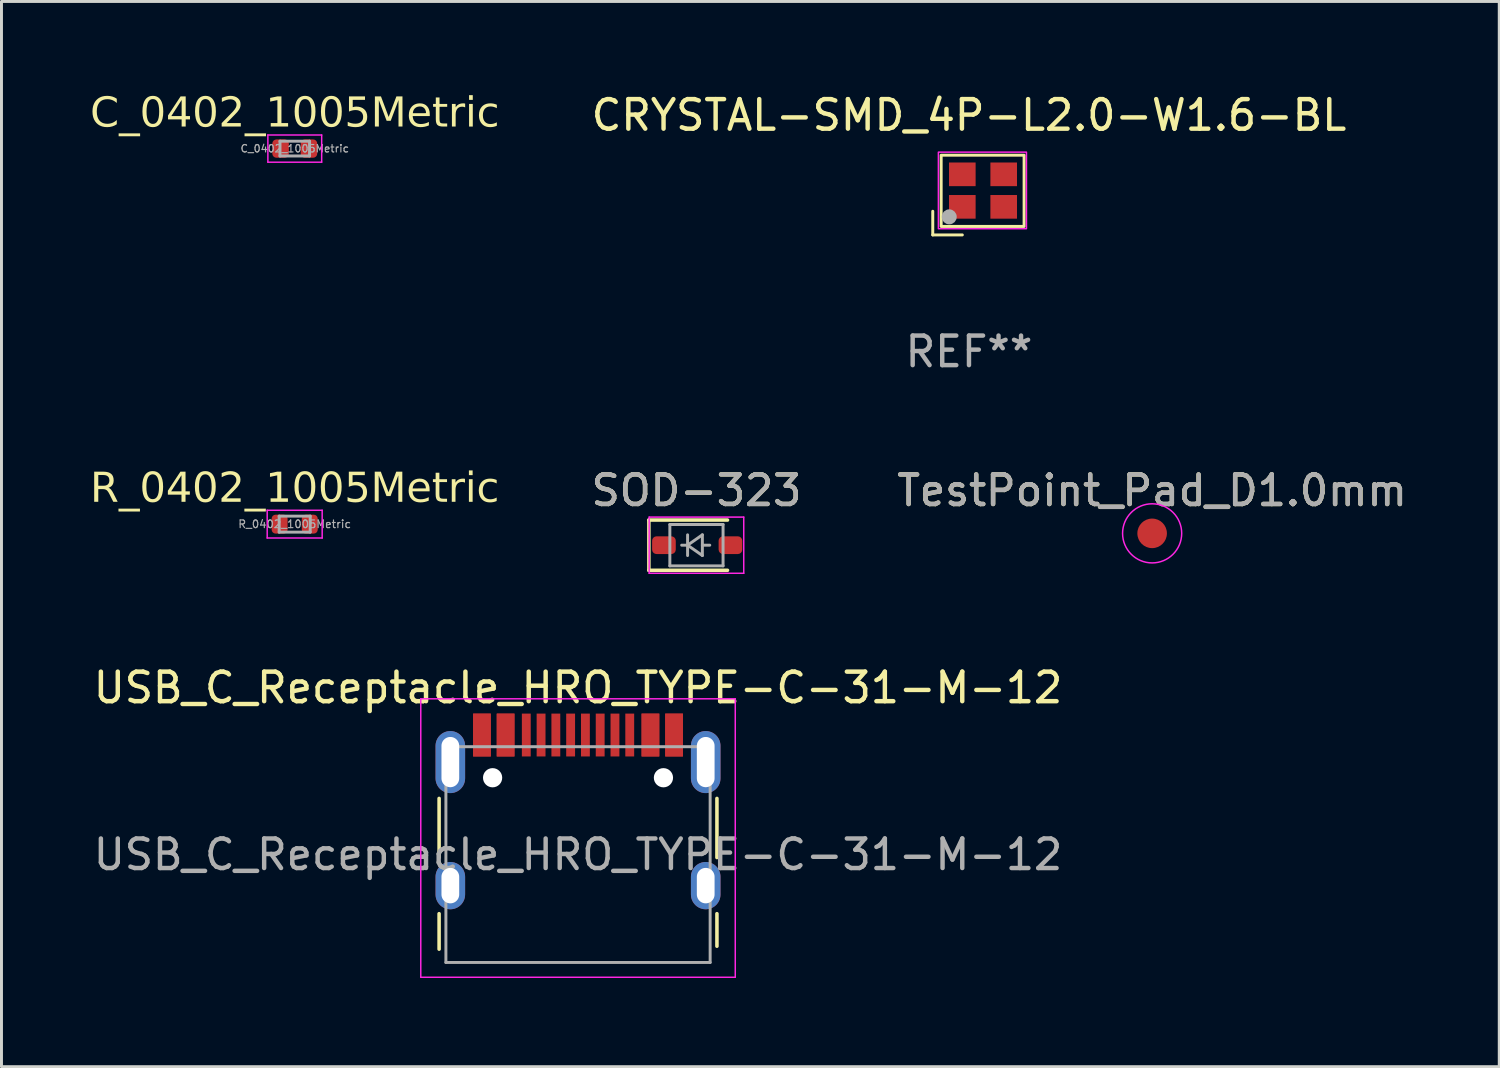
<source format=kicad_pcb>
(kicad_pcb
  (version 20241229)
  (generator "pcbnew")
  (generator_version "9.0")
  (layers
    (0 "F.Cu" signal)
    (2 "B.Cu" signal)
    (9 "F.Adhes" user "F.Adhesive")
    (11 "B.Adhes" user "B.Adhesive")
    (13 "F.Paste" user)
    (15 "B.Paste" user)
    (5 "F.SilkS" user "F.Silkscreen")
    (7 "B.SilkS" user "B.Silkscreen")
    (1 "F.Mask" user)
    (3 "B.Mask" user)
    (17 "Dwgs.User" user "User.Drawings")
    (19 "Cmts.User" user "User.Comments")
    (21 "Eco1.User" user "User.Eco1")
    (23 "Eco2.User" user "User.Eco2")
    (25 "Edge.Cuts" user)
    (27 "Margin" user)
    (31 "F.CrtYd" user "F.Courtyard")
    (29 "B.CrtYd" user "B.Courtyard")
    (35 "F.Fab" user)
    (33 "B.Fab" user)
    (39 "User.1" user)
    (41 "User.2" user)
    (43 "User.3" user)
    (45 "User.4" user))
  (footprint "R_0402_1005Metric"
    (layer "F.Cu")
    (at 6.92 14.683)
    (property "Reference" "R_0402_1005Metric" (at 0 -1.17 0) (layer "F.SilkS") (effects (font (face "Inter") (size 1 1) (thickness 0.15))))
    (attr smd)
    (fp_line (start -0.93 -0.47) (end 0.93 -0.47) (stroke (width 0.05) (type solid)) (layer "F.CrtYd"))
    (fp_line (start -0.93 0.47) (end -0.93 -0.47) (stroke (width 0.05) (type solid)) (layer "F.CrtYd"))
    (fp_line (start 0.93 -0.47) (end 0.93 0.47) (stroke (width 0.05) (type solid)) (layer "F.CrtYd"))
    (fp_line (start 0.93 0.47) (end -0.93 0.47) (stroke (width 0.05) (type solid)) (layer "F.CrtYd"))
    (fp_line (start -0.525 -0.27) (end 0.525 -0.27) (stroke (width 0.1) (type solid)) (layer "F.Fab"))
    (fp_line (start -0.525 0.27) (end -0.525 -0.27) (stroke (width 0.1) (type solid)) (layer "F.Fab"))
    (fp_line (start 0.525 -0.27) (end 0.525 0.27) (stroke (width 0.1) (type solid)) (layer "F.Fab"))
    (fp_line (start 0.525 0.27) (end -0.525 0.27) (stroke (width 0.1) (type solid)) (layer "F.Fab"))
    (fp_text user "${REFERENCE}" (at 0 0 0) (layer "F.Fab") (effects (font (size 0.26 0.26) (thickness 0.04))))
    (pad "1" smd roundrect (at -0.51 0) (size 0.54 0.64) (layers "F.Cu" "F.Mask" "F.Paste") (roundrect_rratio 0.25))
    (pad "2" smd roundrect (at 0.51 0) (size 0.54 0.64) (layers "F.Cu" "F.Mask" "F.Paste") (roundrect_rratio 0.25)))
  (footprint "C_0402_1005Metric"
    (layer "F.Cu")
    (at 6.923 1.977)
    (property "Reference" "C_0402_1005Metric" (at 0 -1.16 0) (layer "F.SilkS") (effects (font (face "Inter") (size 1 1) (thickness 0.15))))
    (attr smd)
    (fp_line (start -0.91 -0.46) (end 0.91 -0.46) (stroke (width 0.05) (type solid)) (layer "F.CrtYd"))
    (fp_line (start -0.91 0.46) (end -0.91 -0.46) (stroke (width 0.05) (type solid)) (layer "F.CrtYd"))
    (fp_line (start 0.91 -0.46) (end 0.91 0.46) (stroke (width 0.05) (type solid)) (layer "F.CrtYd"))
    (fp_line (start 0.91 0.46) (end -0.91 0.46) (stroke (width 0.05) (type solid)) (layer "F.CrtYd"))
    (fp_line (start -0.5 -0.25) (end 0.5 -0.25) (stroke (width 0.1) (type solid)) (layer "F.Fab"))
    (fp_line (start -0.5 0.25) (end -0.5 -0.25) (stroke (width 0.1) (type solid)) (layer "F.Fab"))
    (fp_line (start 0.5 -0.25) (end 0.5 0.25) (stroke (width 0.1) (type solid)) (layer "F.Fab"))
    (fp_line (start 0.5 0.25) (end -0.5 0.25) (stroke (width 0.1) (type solid)) (layer "F.Fab"))
    (fp_text user "${REFERENCE}" (at 0 0 0) (layer "F.Fab") (effects (font (size 0.25 0.25) (thickness 0.04))))
    (pad "1" smd roundrect (at -0.48 0) (size 0.56 0.62) (layers "F.Cu" "F.Mask" "F.Paste") (roundrect_rratio 0.25))
    (pad "2" smd roundrect (at 0.48 0) (size 0.56 0.62) (layers "F.Cu" "F.Mask" "F.Paste") (roundrect_rratio 0.25)))
  (footprint "SOD-323"
    (layer "F.Cu")
    (at 20.513 15.395)
    (property "Reference" "SOD-323" (at 0 -1.85 0) (layer "F.SilkS") (effects (font (size 1 1) (thickness 0.15))))
    (attr smd)
    (fp_line (start -1.61 -0.85) (end -1.61 0.85) (stroke (width 0.12) (type solid)) (layer "F.SilkS"))
    (fp_line (start -1.61 -0.85) (end 1.05 -0.85) (stroke (width 0.12) (type solid)) (layer "F.SilkS"))
    (fp_line (start -1.61 0.85) (end 1.05 0.85) (stroke (width 0.12) (type solid)) (layer "F.SilkS"))
    (fp_line (start -1.6 -0.95) (end -1.6 0.95) (stroke (width 0.05) (type solid)) (layer "F.CrtYd"))
    (fp_line (start -1.6 -0.95) (end 1.6 -0.95) (stroke (width 0.05) (type solid)) (layer "F.CrtYd"))
    (fp_line (start -1.6 0.95) (end 1.6 0.95) (stroke (width 0.05) (type solid)) (layer "F.CrtYd"))
    (fp_line (start 1.6 -0.95) (end 1.6 0.95) (stroke (width 0.05) (type solid)) (layer "F.CrtYd"))
    (fp_line (start -0.9 -0.7) (end 0.9 -0.7) (stroke (width 0.1) (type solid)) (layer "F.Fab"))
    (fp_line (start -0.9 0.7) (end -0.9 -0.7) (stroke (width 0.1) (type solid)) (layer "F.Fab"))
    (fp_line (start -0.3 -0.35) (end -0.3 0.35) (stroke (width 0.1) (type solid)) (layer "F.Fab"))
    (fp_line (start -0.3 0) (end -0.5 0) (stroke (width 0.1) (type solid)) (layer "F.Fab"))
    (fp_line (start -0.3 0) (end 0.2 -0.35) (stroke (width 0.1) (type solid)) (layer "F.Fab"))
    (fp_line (start 0.2 -0.35) (end 0.2 0.35) (stroke (width 0.1) (type solid)) (layer "F.Fab"))
    (fp_line (start 0.2 0) (end 0.45 0) (stroke (width 0.1) (type solid)) (layer "F.Fab"))
    (fp_line (start 0.2 0.35) (end -0.3 0) (stroke (width 0.1) (type solid)) (layer "F.Fab"))
    (fp_line (start 0.9 -0.7) (end 0.9 0.7) (stroke (width 0.1) (type solid)) (layer "F.Fab"))
    (fp_line (start 0.9 0.7) (end -0.9 0.7) (stroke (width 0.1) (type solid)) (layer "F.Fab"))
    (fp_text user "${REFERENCE}" (at 0 -1.85 0) (layer "F.Fab") (effects (font (size 1 1) (thickness 0.15))))
    (pad "1" smd roundrect (at -1.1 0) (size 0.8 0.6) (layers "F.Cu" "F.Mask" "F.Paste") (roundrect_rratio 0.25))
    (pad "2" smd roundrect (at 1.15 0) (size 0.8 0.6) (layers "F.Cu" "F.Mask" "F.Paste") (roundrect_rratio 0.25)))
  (footprint "TestPoint_Pad_D1.0mm"
    (layer "F.Cu")
    (at 35.93 14.995)
    (property "Reference" "TestPoint_Pad_D1.0mm" (at 0 -1.448 0) (layer "F.SilkS") (effects (font (size 1 1) (thickness 0.15))))
    (attr exclude_from_pos_files exclude_from_bom)
    (fp_circle (center 0 0) (end 1 0) (stroke (width 0.05) (type solid)) (fill no) (layer "F.CrtYd"))
    (fp_text user "${REFERENCE}" (at 0 -1.45 0) (layer "F.Fab") (effects (font (size 1 1) (thickness 0.15))))
    (pad "1" smd circle (at 0 0) (size 1 1) (layers "F.Cu" "F.Mask")))
  (footprint "USB_C_Receptacle_HRO_TYPE-C-31-M-12"
    (layer "F.Cu")
    (at 16.506 25.863)
    (property "Reference" "USB_C_Receptacle_HRO_TYPE-C-31-M-12" (at 0 -5.645 0) (layer "F.SilkS") (effects (font (size 1 1) (thickness 0.15))))
    (attr smd)
    (fp_line (start -4.7 -1.9) (end -4.7 0.1) (stroke (width 0.12) (type solid)) (layer "F.SilkS"))
    (fp_line (start -4.7 2) (end -4.7 3.2) (stroke (width 0.12) (type solid)) (layer "F.SilkS"))
    (fp_line (start 4.7 -1.9) (end 4.7 0.1) (stroke (width 0.12) (type solid)) (layer "F.SilkS"))
    (fp_line (start 4.7 2) (end 4.7 3.1) (stroke (width 0.12) (type solid)) (layer "F.SilkS"))
    (fp_line (start -5.32 -5.27) (end -5.32 4.15) (stroke (width 0.05) (type solid)) (layer "F.CrtYd"))
    (fp_line (start -5.32 -5.27) (end 5.32 -5.27) (stroke (width 0.05) (type solid)) (layer "F.CrtYd"))
    (fp_line (start -5.32 4.15) (end 5.32 4.15) (stroke (width 0.05) (type solid)) (layer "F.CrtYd"))
    (fp_line (start 5.32 -5.27) (end 5.32 4.15) (stroke (width 0.05) (type solid)) (layer "F.CrtYd"))
    (fp_line (start -4.47 -3.65) (end -4.47 3.65) (stroke (width 0.1) (type solid)) (layer "F.Fab"))
    (fp_line (start -4.47 -3.65) (end 4.47 -3.65) (stroke (width 0.1) (type solid)) (layer "F.Fab"))
    (fp_line (start -4.47 3.65) (end 4.47 3.65) (stroke (width 0.1) (type solid)) (layer "F.Fab"))
    (fp_line (start 4.47 -3.65) (end 4.47 3.65) (stroke (width 0.1) (type solid)) (layer "F.Fab"))
    (fp_text user "${REFERENCE}" (at 0 0 0) (layer "F.Fab") (effects (font (size 1 1) (thickness 0.15))))
    (pad "" np_thru_hole circle (at -2.89 -2.6) (size 0.65 0.65) (drill 0.65) (layers "*.Cu" "*.Mask"))
    (pad "" np_thru_hole circle (at 2.89 -2.6) (size 0.65 0.65) (drill 0.65) (layers "*.Cu" "*.Mask"))
    (pad "A1" smd rect (at -3.25 -4.045) (size 0.6 1.45) (layers "F.Cu" "F.Mask" "F.Paste"))
    (pad "A4" smd rect (at -2.45 -4.045) (size 0.6 1.45) (layers "F.Cu" "F.Mask" "F.Paste"))
    (pad "A5" smd rect (at -1.25 -4.045) (size 0.3 1.45) (layers "F.Cu" "F.Mask" "F.Paste"))
    (pad "A6" smd rect (at -0.25 -4.045) (size 0.3 1.45) (layers "F.Cu" "F.Mask" "F.Paste"))
    (pad "A7" smd rect (at 0.25 -4.045) (size 0.3 1.45) (layers "F.Cu" "F.Mask" "F.Paste"))
    (pad "A8" smd rect (at 1.25 -4.045) (size 0.3 1.45) (layers "F.Cu" "F.Mask" "F.Paste"))
    (pad "A9" smd rect (at 2.45 -4.045) (size 0.6 1.45) (layers "F.Cu" "F.Mask" "F.Paste"))
    (pad "A12" smd rect (at 3.25 -4.045) (size 0.6 1.45) (layers "F.Cu" "F.Mask" "F.Paste"))
    (pad "B1" smd rect (at 3.25 -4.045) (size 0.6 1.45) (layers "F.Cu" "F.Mask" "F.Paste"))
    (pad "B4" smd rect (at 2.45 -4.045) (size 0.6 1.45) (layers "F.Cu" "F.Mask" "F.Paste"))
    (pad "B5" smd rect (at 1.75 -4.045) (size 0.3 1.45) (layers "F.Cu" "F.Mask" "F.Paste"))
    (pad "B6" smd rect (at 0.75 -4.045) (size 0.3 1.45) (layers "F.Cu" "F.Mask" "F.Paste"))
    (pad "B7" smd rect (at -0.75 -4.045) (size 0.3 1.45) (layers "F.Cu" "F.Mask" "F.Paste"))
    (pad "B8" smd rect (at -1.75 -4.045) (size 0.3 1.45) (layers "F.Cu" "F.Mask" "F.Paste"))
    (pad "B9" smd rect (at -2.45 -4.045) (size 0.6 1.45) (layers "F.Cu" "F.Mask" "F.Paste"))
    (pad "B12" smd rect (at -3.25 -4.045) (size 0.6 1.45) (layers "F.Cu" "F.Mask" "F.Paste"))
    (pad "S1" thru_hole oval (at -4.32 -3.13) (size 1 2.1) (drill oval 0.6 1.7) (property pad_prop_heatsink) (layers "*.Cu" "*.Mask"))
    (pad "S1" thru_hole oval (at -4.32 1.05) (size 1 1.6) (drill oval 0.6 1.2) (property pad_prop_heatsink) (layers "*.Cu" "*.Mask"))
    (pad "S1" thru_hole oval (at 4.32 -3.13) (size 1 2.1) (drill oval 0.6 1.7) (property pad_prop_heatsink) (layers "*.Cu" "*.Mask"))
    (pad "S1" thru_hole oval (at 4.32 1.05) (size 1 1.6) (drill oval 0.6 1.2) (property pad_prop_heatsink) (layers "*.Cu" "*.Mask")))
  (footprint "CRYSTAL-SMD_4P-L2.0-W1.6-BL"
    (layer "F.Cu")
    (at 30.208 3.398)
    (property "Reference" "CRYSTAL-SMD_4P-L2.0-W1.6-BL" (at -0.475 -2.55 0) (layer "F.SilkS") (effects (font (size 1 1) (thickness 0.15))))
    (attr smd)
    (fp_line (start -1.7 1.5) (end -1.7 0.7) (stroke (width 0.1) (type default)) (layer "F.SilkS"))
    (fp_line (start -0.7 1.5) (end -1.7 1.5) (stroke (width 0.1) (type default)) (layer "F.SilkS"))
    (fp_rect (start -1.416 -1.197) (end 1.39 1.213) (stroke (width 0.1) (type default)) (fill no) (layer "F.SilkS"))
    (fp_rect (start -1.51 -1.3) (end 1.47 1.29) (stroke (width 0.05) (type default)) (fill no) (layer "F.CrtYd"))
    (fp_circle (center -1.143 0.889) (end -1.016 0.889) (stroke (width 0.254) (type solid)) (fill no) (layer "F.Fab"))
    (fp_text user "REF**" (at -0.475 5.45 0) (layer "F.Fab") (effects (font (size 1 1) (thickness 0.15))))
    (pad "1" smd rect (at -0.7 0.55) (size 0.9 0.8) (layers "F.Cu" "F.Mask" "F.Paste"))
    (pad "2" smd rect (at 0.7 0.55) (size 0.9 0.8) (layers "F.Cu" "F.Mask" "F.Paste"))
    (pad "3" smd rect (at 0.7 -0.55) (size 0.9 0.8) (layers "F.Cu" "F.Mask" "F.Paste"))
    (pad "4" smd rect (at -0.7 -0.55) (size 0.9 0.8) (layers "F.Cu" "F.Mask" "F.Paste")))
  (gr_rect
    (start -3 -3)
    (end 47.674 33.038)
    (stroke (width 0.1) (type default))
    (fill no)
    (layer "Edge.Cuts")))
</source>
